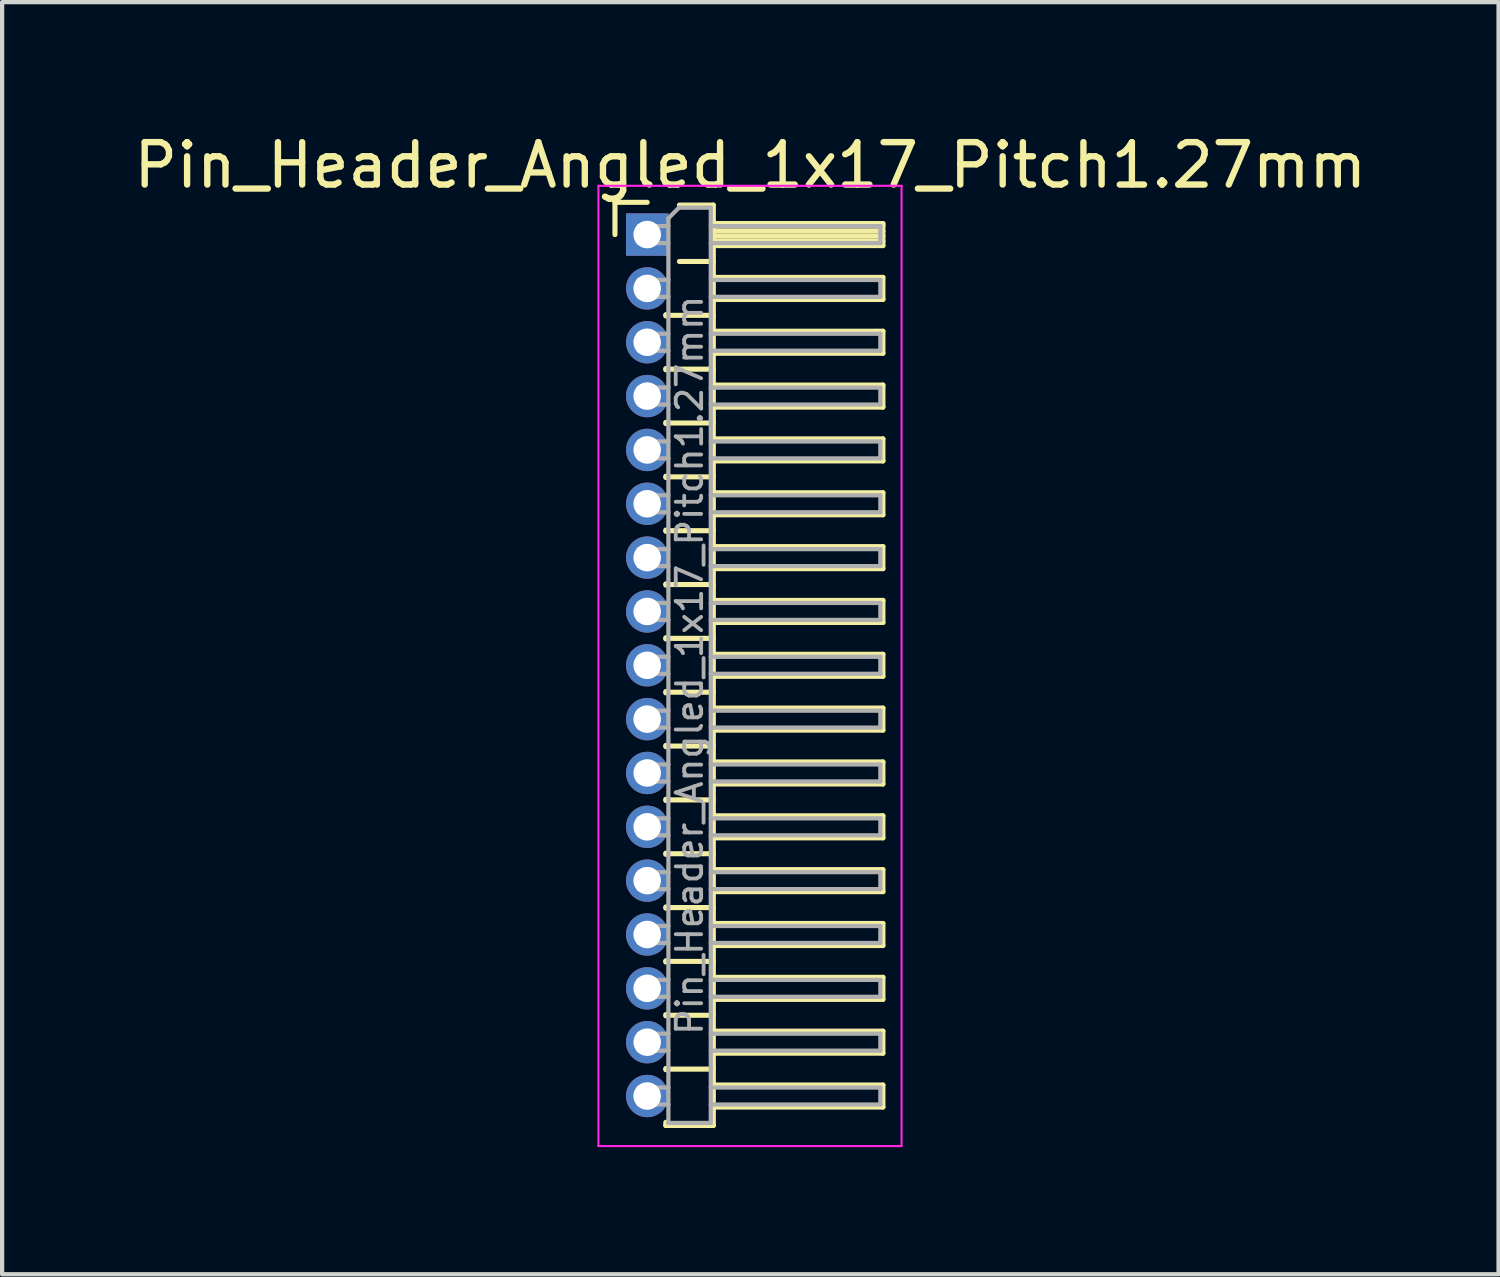
<source format=kicad_pcb>
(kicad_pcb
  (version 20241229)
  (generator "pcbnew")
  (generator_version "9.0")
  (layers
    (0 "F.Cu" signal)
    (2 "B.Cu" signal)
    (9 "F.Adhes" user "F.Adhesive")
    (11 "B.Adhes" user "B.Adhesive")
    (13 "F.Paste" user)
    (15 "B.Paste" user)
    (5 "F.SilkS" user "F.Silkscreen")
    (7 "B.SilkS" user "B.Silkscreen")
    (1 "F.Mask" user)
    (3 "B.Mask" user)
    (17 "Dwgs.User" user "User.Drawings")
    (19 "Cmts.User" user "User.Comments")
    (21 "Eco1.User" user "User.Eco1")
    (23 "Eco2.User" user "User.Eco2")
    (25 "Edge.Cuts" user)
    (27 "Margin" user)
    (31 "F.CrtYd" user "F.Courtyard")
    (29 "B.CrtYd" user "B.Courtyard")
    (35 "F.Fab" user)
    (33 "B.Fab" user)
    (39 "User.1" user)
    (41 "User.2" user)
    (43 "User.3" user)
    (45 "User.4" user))
  (footprint "Pin_Header_Angled_1x17_Pitch1.27mm"
    (layer "F.Cu")
    (at 12.216 2.483)
    (property "Reference" "Pin_Header_Angled_1x17_Pitch1.27mm" (at 2.433 -1.635 0) (layer "F.SilkS") (effects (font (size 1 1) (thickness 0.15))))
    (attr through_hole)
    (fp_line (start -0.76 -0.76) (end 0 -0.76) (stroke (width 0.12) (type solid)) (layer "F.SilkS"))
    (fp_line (start -0.76 0) (end -0.76 -0.76) (stroke (width 0.12) (type solid)) (layer "F.SilkS"))
    (fp_line (start 0.44 1.89) (end 0.44 1.92) (stroke (width 0.12) (type solid)) (layer "F.SilkS"))
    (fp_line (start 0.44 1.905) (end 1.56 1.905) (stroke (width 0.12) (type solid)) (layer "F.SilkS"))
    (fp_line (start 0.44 3.16) (end 0.44 3.19) (stroke (width 0.12) (type solid)) (layer "F.SilkS"))
    (fp_line (start 0.44 3.175) (end 1.56 3.175) (stroke (width 0.12) (type solid)) (layer "F.SilkS"))
    (fp_line (start 0.44 4.43) (end 0.44 4.46) (stroke (width 0.12) (type solid)) (layer "F.SilkS"))
    (fp_line (start 0.44 4.445) (end 1.56 4.445) (stroke (width 0.12) (type solid)) (layer "F.SilkS"))
    (fp_line (start 0.44 5.7) (end 0.44 5.73) (stroke (width 0.12) (type solid)) (layer "F.SilkS"))
    (fp_line (start 0.44 5.715) (end 1.56 5.715) (stroke (width 0.12) (type solid)) (layer "F.SilkS"))
    (fp_line (start 0.44 6.97) (end 0.44 7) (stroke (width 0.12) (type solid)) (layer "F.SilkS"))
    (fp_line (start 0.44 6.985) (end 1.56 6.985) (stroke (width 0.12) (type solid)) (layer "F.SilkS"))
    (fp_line (start 0.44 8.24) (end 0.44 8.27) (stroke (width 0.12) (type solid)) (layer "F.SilkS"))
    (fp_line (start 0.44 8.255) (end 1.56 8.255) (stroke (width 0.12) (type solid)) (layer "F.SilkS"))
    (fp_line (start 0.44 9.51) (end 0.44 9.54) (stroke (width 0.12) (type solid)) (layer "F.SilkS"))
    (fp_line (start 0.44 9.525) (end 1.56 9.525) (stroke (width 0.12) (type solid)) (layer "F.SilkS"))
    (fp_line (start 0.44 10.78) (end 0.44 10.81) (stroke (width 0.12) (type solid)) (layer "F.SilkS"))
    (fp_line (start 0.44 10.795) (end 1.56 10.795) (stroke (width 0.12) (type solid)) (layer "F.SilkS"))
    (fp_line (start 0.44 12.05) (end 0.44 12.08) (stroke (width 0.12) (type solid)) (layer "F.SilkS"))
    (fp_line (start 0.44 12.065) (end 1.56 12.065) (stroke (width 0.12) (type solid)) (layer "F.SilkS"))
    (fp_line (start 0.44 13.32) (end 0.44 13.35) (stroke (width 0.12) (type solid)) (layer "F.SilkS"))
    (fp_line (start 0.44 13.335) (end 1.56 13.335) (stroke (width 0.12) (type solid)) (layer "F.SilkS"))
    (fp_line (start 0.44 14.59) (end 0.44 14.62) (stroke (width 0.12) (type solid)) (layer "F.SilkS"))
    (fp_line (start 0.44 14.605) (end 1.56 14.605) (stroke (width 0.12) (type solid)) (layer "F.SilkS"))
    (fp_line (start 0.44 15.86) (end 0.44 15.89) (stroke (width 0.12) (type solid)) (layer "F.SilkS"))
    (fp_line (start 0.44 15.875) (end 1.56 15.875) (stroke (width 0.12) (type solid)) (layer "F.SilkS"))
    (fp_line (start 0.44 17.13) (end 0.44 17.16) (stroke (width 0.12) (type solid)) (layer "F.SilkS"))
    (fp_line (start 0.44 17.145) (end 1.56 17.145) (stroke (width 0.12) (type solid)) (layer "F.SilkS"))
    (fp_line (start 0.44 18.4) (end 0.44 18.43) (stroke (width 0.12) (type solid)) (layer "F.SilkS"))
    (fp_line (start 0.44 18.415) (end 1.56 18.415) (stroke (width 0.12) (type solid)) (layer "F.SilkS"))
    (fp_line (start 0.44 19.67) (end 0.44 19.7) (stroke (width 0.12) (type solid)) (layer "F.SilkS"))
    (fp_line (start 0.44 19.685) (end 1.56 19.685) (stroke (width 0.12) (type solid)) (layer "F.SilkS"))
    (fp_line (start 0.44 21.015) (end 0.44 20.94) (stroke (width 0.12) (type solid)) (layer "F.SilkS"))
    (fp_line (start 0.76 -0.695) (end 1.56 -0.695) (stroke (width 0.12) (type solid)) (layer "F.SilkS"))
    (fp_line (start 0.76 0.635) (end 1.56 0.635) (stroke (width 0.12) (type solid)) (layer "F.SilkS"))
    (fp_line (start 1.56 -0.695) (end 1.56 21.015) (stroke (width 0.12) (type solid)) (layer "F.SilkS"))
    (fp_line (start 1.56 -0.26) (end 5.56 -0.26) (stroke (width 0.12) (type solid)) (layer "F.SilkS"))
    (fp_line (start 1.56 -0.2) (end 5.56 -0.2) (stroke (width 0.12) (type solid)) (layer "F.SilkS"))
    (fp_line (start 1.56 -0.08) (end 5.56 -0.08) (stroke (width 0.12) (type solid)) (layer "F.SilkS"))
    (fp_line (start 1.56 0.04) (end 5.56 0.04) (stroke (width 0.12) (type solid)) (layer "F.SilkS"))
    (fp_line (start 1.56 0.16) (end 5.56 0.16) (stroke (width 0.12) (type solid)) (layer "F.SilkS"))
    (fp_line (start 1.56 1.01) (end 5.56 1.01) (stroke (width 0.12) (type solid)) (layer "F.SilkS"))
    (fp_line (start 1.56 2.28) (end 5.56 2.28) (stroke (width 0.12) (type solid)) (layer "F.SilkS"))
    (fp_line (start 1.56 3.55) (end 5.56 3.55) (stroke (width 0.12) (type solid)) (layer "F.SilkS"))
    (fp_line (start 1.56 4.82) (end 5.56 4.82) (stroke (width 0.12) (type solid)) (layer "F.SilkS"))
    (fp_line (start 1.56 6.09) (end 5.56 6.09) (stroke (width 0.12) (type solid)) (layer "F.SilkS"))
    (fp_line (start 1.56 7.36) (end 5.56 7.36) (stroke (width 0.12) (type solid)) (layer "F.SilkS"))
    (fp_line (start 1.56 8.63) (end 5.56 8.63) (stroke (width 0.12) (type solid)) (layer "F.SilkS"))
    (fp_line (start 1.56 9.9) (end 5.56 9.9) (stroke (width 0.12) (type solid)) (layer "F.SilkS"))
    (fp_line (start 1.56 11.17) (end 5.56 11.17) (stroke (width 0.12) (type solid)) (layer "F.SilkS"))
    (fp_line (start 1.56 12.44) (end 5.56 12.44) (stroke (width 0.12) (type solid)) (layer "F.SilkS"))
    (fp_line (start 1.56 13.71) (end 5.56 13.71) (stroke (width 0.12) (type solid)) (layer "F.SilkS"))
    (fp_line (start 1.56 14.98) (end 5.56 14.98) (stroke (width 0.12) (type solid)) (layer "F.SilkS"))
    (fp_line (start 1.56 16.25) (end 5.56 16.25) (stroke (width 0.12) (type solid)) (layer "F.SilkS"))
    (fp_line (start 1.56 17.52) (end 5.56 17.52) (stroke (width 0.12) (type solid)) (layer "F.SilkS"))
    (fp_line (start 1.56 18.79) (end 5.56 18.79) (stroke (width 0.12) (type solid)) (layer "F.SilkS"))
    (fp_line (start 1.56 20.06) (end 5.56 20.06) (stroke (width 0.12) (type solid)) (layer "F.SilkS"))
    (fp_line (start 1.56 21.015) (end 0.44 21.015) (stroke (width 0.12) (type solid)) (layer "F.SilkS"))
    (fp_line (start 5.56 -0.26) (end 5.56 0.26) (stroke (width 0.12) (type solid)) (layer "F.SilkS"))
    (fp_line (start 5.56 0.26) (end 1.56 0.26) (stroke (width 0.12) (type solid)) (layer "F.SilkS"))
    (fp_line (start 5.56 1.01) (end 5.56 1.53) (stroke (width 0.12) (type solid)) (layer "F.SilkS"))
    (fp_line (start 5.56 1.53) (end 1.56 1.53) (stroke (width 0.12) (type solid)) (layer "F.SilkS"))
    (fp_line (start 5.56 2.28) (end 5.56 2.8) (stroke (width 0.12) (type solid)) (layer "F.SilkS"))
    (fp_line (start 5.56 2.8) (end 1.56 2.8) (stroke (width 0.12) (type solid)) (layer "F.SilkS"))
    (fp_line (start 5.56 3.55) (end 5.56 4.07) (stroke (width 0.12) (type solid)) (layer "F.SilkS"))
    (fp_line (start 5.56 4.07) (end 1.56 4.07) (stroke (width 0.12) (type solid)) (layer "F.SilkS"))
    (fp_line (start 5.56 4.82) (end 5.56 5.34) (stroke (width 0.12) (type solid)) (layer "F.SilkS"))
    (fp_line (start 5.56 5.34) (end 1.56 5.34) (stroke (width 0.12) (type solid)) (layer "F.SilkS"))
    (fp_line (start 5.56 6.09) (end 5.56 6.61) (stroke (width 0.12) (type solid)) (layer "F.SilkS"))
    (fp_line (start 5.56 6.61) (end 1.56 6.61) (stroke (width 0.12) (type solid)) (layer "F.SilkS"))
    (fp_line (start 5.56 7.36) (end 5.56 7.88) (stroke (width 0.12) (type solid)) (layer "F.SilkS"))
    (fp_line (start 5.56 7.88) (end 1.56 7.88) (stroke (width 0.12) (type solid)) (layer "F.SilkS"))
    (fp_line (start 5.56 8.63) (end 5.56 9.15) (stroke (width 0.12) (type solid)) (layer "F.SilkS"))
    (fp_line (start 5.56 9.15) (end 1.56 9.15) (stroke (width 0.12) (type solid)) (layer "F.SilkS"))
    (fp_line (start 5.56 9.9) (end 5.56 10.42) (stroke (width 0.12) (type solid)) (layer "F.SilkS"))
    (fp_line (start 5.56 10.42) (end 1.56 10.42) (stroke (width 0.12) (type solid)) (layer "F.SilkS"))
    (fp_line (start 5.56 11.17) (end 5.56 11.69) (stroke (width 0.12) (type solid)) (layer "F.SilkS"))
    (fp_line (start 5.56 11.69) (end 1.56 11.69) (stroke (width 0.12) (type solid)) (layer "F.SilkS"))
    (fp_line (start 5.56 12.44) (end 5.56 12.96) (stroke (width 0.12) (type solid)) (layer "F.SilkS"))
    (fp_line (start 5.56 12.96) (end 1.56 12.96) (stroke (width 0.12) (type solid)) (layer "F.SilkS"))
    (fp_line (start 5.56 13.71) (end 5.56 14.23) (stroke (width 0.12) (type solid)) (layer "F.SilkS"))
    (fp_line (start 5.56 14.23) (end 1.56 14.23) (stroke (width 0.12) (type solid)) (layer "F.SilkS"))
    (fp_line (start 5.56 14.98) (end 5.56 15.5) (stroke (width 0.12) (type solid)) (layer "F.SilkS"))
    (fp_line (start 5.56 15.5) (end 1.56 15.5) (stroke (width 0.12) (type solid)) (layer "F.SilkS"))
    (fp_line (start 5.56 16.25) (end 5.56 16.77) (stroke (width 0.12) (type solid)) (layer "F.SilkS"))
    (fp_line (start 5.56 16.77) (end 1.56 16.77) (stroke (width 0.12) (type solid)) (layer "F.SilkS"))
    (fp_line (start 5.56 17.52) (end 5.56 18.04) (stroke (width 0.12) (type solid)) (layer "F.SilkS"))
    (fp_line (start 5.56 18.04) (end 1.56 18.04) (stroke (width 0.12) (type solid)) (layer "F.SilkS"))
    (fp_line (start 5.56 18.79) (end 5.56 19.31) (stroke (width 0.12) (type solid)) (layer "F.SilkS"))
    (fp_line (start 5.56 19.31) (end 1.56 19.31) (stroke (width 0.12) (type solid)) (layer "F.SilkS"))
    (fp_line (start 5.56 20.06) (end 5.56 20.58) (stroke (width 0.12) (type solid)) (layer "F.SilkS"))
    (fp_line (start 5.56 20.58) (end 1.56 20.58) (stroke (width 0.12) (type solid)) (layer "F.SilkS"))
    (fp_line (start -1.15 -1.15) (end -1.15 21.5) (stroke (width 0.05) (type solid)) (layer "F.CrtYd"))
    (fp_line (start -1.15 21.5) (end 6 21.5) (stroke (width 0.05) (type solid)) (layer "F.CrtYd"))
    (fp_line (start 6 -1.15) (end -1.15 -1.15) (stroke (width 0.05) (type solid)) (layer "F.CrtYd"))
    (fp_line (start 6 21.5) (end 6 -1.15) (stroke (width 0.05) (type solid)) (layer "F.CrtYd"))
    (fp_line (start -0.2 -0.2) (end -0.2 0.2) (stroke (width 0.1) (type solid)) (layer "F.Fab"))
    (fp_line (start -0.2 -0.2) (end 0.5 -0.2) (stroke (width 0.1) (type solid)) (layer "F.Fab"))
    (fp_line (start -0.2 0.2) (end 0.5 0.2) (stroke (width 0.1) (type solid)) (layer "F.Fab"))
    (fp_line (start -0.2 1.07) (end -0.2 1.47) (stroke (width 0.1) (type solid)) (layer "F.Fab"))
    (fp_line (start -0.2 1.07) (end 0.5 1.07) (stroke (width 0.1) (type solid)) (layer "F.Fab"))
    (fp_line (start -0.2 1.47) (end 0.5 1.47) (stroke (width 0.1) (type solid)) (layer "F.Fab"))
    (fp_line (start -0.2 2.34) (end -0.2 2.74) (stroke (width 0.1) (type solid)) (layer "F.Fab"))
    (fp_line (start -0.2 2.34) (end 0.5 2.34) (stroke (width 0.1) (type solid)) (layer "F.Fab"))
    (fp_line (start -0.2 2.74) (end 0.5 2.74) (stroke (width 0.1) (type solid)) (layer "F.Fab"))
    (fp_line (start -0.2 3.61) (end -0.2 4.01) (stroke (width 0.1) (type solid)) (layer "F.Fab"))
    (fp_line (start -0.2 3.61) (end 0.5 3.61) (stroke (width 0.1) (type solid)) (layer "F.Fab"))
    (fp_line (start -0.2 4.01) (end 0.5 4.01) (stroke (width 0.1) (type solid)) (layer "F.Fab"))
    (fp_line (start -0.2 4.88) (end -0.2 5.28) (stroke (width 0.1) (type solid)) (layer "F.Fab"))
    (fp_line (start -0.2 4.88) (end 0.5 4.88) (stroke (width 0.1) (type solid)) (layer "F.Fab"))
    (fp_line (start -0.2 5.28) (end 0.5 5.28) (stroke (width 0.1) (type solid)) (layer "F.Fab"))
    (fp_line (start -0.2 6.15) (end -0.2 6.55) (stroke (width 0.1) (type solid)) (layer "F.Fab"))
    (fp_line (start -0.2 6.15) (end 0.5 6.15) (stroke (width 0.1) (type solid)) (layer "F.Fab"))
    (fp_line (start -0.2 6.55) (end 0.5 6.55) (stroke (width 0.1) (type solid)) (layer "F.Fab"))
    (fp_line (start -0.2 7.42) (end -0.2 7.82) (stroke (width 0.1) (type solid)) (layer "F.Fab"))
    (fp_line (start -0.2 7.42) (end 0.5 7.42) (stroke (width 0.1) (type solid)) (layer "F.Fab"))
    (fp_line (start -0.2 7.82) (end 0.5 7.82) (stroke (width 0.1) (type solid)) (layer "F.Fab"))
    (fp_line (start -0.2 8.69) (end -0.2 9.09) (stroke (width 0.1) (type solid)) (layer "F.Fab"))
    (fp_line (start -0.2 8.69) (end 0.5 8.69) (stroke (width 0.1) (type solid)) (layer "F.Fab"))
    (fp_line (start -0.2 9.09) (end 0.5 9.09) (stroke (width 0.1) (type solid)) (layer "F.Fab"))
    (fp_line (start -0.2 9.96) (end -0.2 10.36) (stroke (width 0.1) (type solid)) (layer "F.Fab"))
    (fp_line (start -0.2 9.96) (end 0.5 9.96) (stroke (width 0.1) (type solid)) (layer "F.Fab"))
    (fp_line (start -0.2 10.36) (end 0.5 10.36) (stroke (width 0.1) (type solid)) (layer "F.Fab"))
    (fp_line (start -0.2 11.23) (end -0.2 11.63) (stroke (width 0.1) (type solid)) (layer "F.Fab"))
    (fp_line (start -0.2 11.23) (end 0.5 11.23) (stroke (width 0.1) (type solid)) (layer "F.Fab"))
    (fp_line (start -0.2 11.63) (end 0.5 11.63) (stroke (width 0.1) (type solid)) (layer "F.Fab"))
    (fp_line (start -0.2 12.5) (end -0.2 12.9) (stroke (width 0.1) (type solid)) (layer "F.Fab"))
    (fp_line (start -0.2 12.5) (end 0.5 12.5) (stroke (width 0.1) (type solid)) (layer "F.Fab"))
    (fp_line (start -0.2 12.9) (end 0.5 12.9) (stroke (width 0.1) (type solid)) (layer "F.Fab"))
    (fp_line (start -0.2 13.77) (end -0.2 14.17) (stroke (width 0.1) (type solid)) (layer "F.Fab"))
    (fp_line (start -0.2 13.77) (end 0.5 13.77) (stroke (width 0.1) (type solid)) (layer "F.Fab"))
    (fp_line (start -0.2 14.17) (end 0.5 14.17) (stroke (width 0.1) (type solid)) (layer "F.Fab"))
    (fp_line (start -0.2 15.04) (end -0.2 15.44) (stroke (width 0.1) (type solid)) (layer "F.Fab"))
    (fp_line (start -0.2 15.04) (end 0.5 15.04) (stroke (width 0.1) (type solid)) (layer "F.Fab"))
    (fp_line (start -0.2 15.44) (end 0.5 15.44) (stroke (width 0.1) (type solid)) (layer "F.Fab"))
    (fp_line (start -0.2 16.31) (end -0.2 16.71) (stroke (width 0.1) (type solid)) (layer "F.Fab"))
    (fp_line (start -0.2 16.31) (end 0.5 16.31) (stroke (width 0.1) (type solid)) (layer "F.Fab"))
    (fp_line (start -0.2 16.71) (end 0.5 16.71) (stroke (width 0.1) (type solid)) (layer "F.Fab"))
    (fp_line (start -0.2 17.58) (end -0.2 17.98) (stroke (width 0.1) (type solid)) (layer "F.Fab"))
    (fp_line (start -0.2 17.58) (end 0.5 17.58) (stroke (width 0.1) (type solid)) (layer "F.Fab"))
    (fp_line (start -0.2 17.98) (end 0.5 17.98) (stroke (width 0.1) (type solid)) (layer "F.Fab"))
    (fp_line (start -0.2 18.85) (end -0.2 19.25) (stroke (width 0.1) (type solid)) (layer "F.Fab"))
    (fp_line (start -0.2 18.85) (end 0.5 18.85) (stroke (width 0.1) (type solid)) (layer "F.Fab"))
    (fp_line (start -0.2 19.25) (end 0.5 19.25) (stroke (width 0.1) (type solid)) (layer "F.Fab"))
    (fp_line (start -0.2 20.12) (end -0.2 20.52) (stroke (width 0.1) (type solid)) (layer "F.Fab"))
    (fp_line (start -0.2 20.12) (end 0.5 20.12) (stroke (width 0.1) (type solid)) (layer "F.Fab"))
    (fp_line (start -0.2 20.52) (end 0.5 20.52) (stroke (width 0.1) (type solid)) (layer "F.Fab"))
    (fp_line (start 0.5 -0.385) (end 0.75 -0.635) (stroke (width 0.1) (type solid)) (layer "F.Fab"))
    (fp_line (start 0.5 20.955) (end 0.5 -0.385) (stroke (width 0.1) (type solid)) (layer "F.Fab"))
    (fp_line (start 0.75 -0.635) (end 1.5 -0.635) (stroke (width 0.1) (type solid)) (layer "F.Fab"))
    (fp_line (start 1.5 -0.635) (end 1.5 20.955) (stroke (width 0.1) (type solid)) (layer "F.Fab"))
    (fp_line (start 1.5 -0.2) (end 5.5 -0.2) (stroke (width 0.1) (type solid)) (layer "F.Fab"))
    (fp_line (start 1.5 0.2) (end 5.5 0.2) (stroke (width 0.1) (type solid)) (layer "F.Fab"))
    (fp_line (start 1.5 1.07) (end 5.5 1.07) (stroke (width 0.1) (type solid)) (layer "F.Fab"))
    (fp_line (start 1.5 1.47) (end 5.5 1.47) (stroke (width 0.1) (type solid)) (layer "F.Fab"))
    (fp_line (start 1.5 2.34) (end 5.5 2.34) (stroke (width 0.1) (type solid)) (layer "F.Fab"))
    (fp_line (start 1.5 2.74) (end 5.5 2.74) (stroke (width 0.1) (type solid)) (layer "F.Fab"))
    (fp_line (start 1.5 3.61) (end 5.5 3.61) (stroke (width 0.1) (type solid)) (layer "F.Fab"))
    (fp_line (start 1.5 4.01) (end 5.5 4.01) (stroke (width 0.1) (type solid)) (layer "F.Fab"))
    (fp_line (start 1.5 4.88) (end 5.5 4.88) (stroke (width 0.1) (type solid)) (layer "F.Fab"))
    (fp_line (start 1.5 5.28) (end 5.5 5.28) (stroke (width 0.1) (type solid)) (layer "F.Fab"))
    (fp_line (start 1.5 6.15) (end 5.5 6.15) (stroke (width 0.1) (type solid)) (layer "F.Fab"))
    (fp_line (start 1.5 6.55) (end 5.5 6.55) (stroke (width 0.1) (type solid)) (layer "F.Fab"))
    (fp_line (start 1.5 7.42) (end 5.5 7.42) (stroke (width 0.1) (type solid)) (layer "F.Fab"))
    (fp_line (start 1.5 7.82) (end 5.5 7.82) (stroke (width 0.1) (type solid)) (layer "F.Fab"))
    (fp_line (start 1.5 8.69) (end 5.5 8.69) (stroke (width 0.1) (type solid)) (layer "F.Fab"))
    (fp_line (start 1.5 9.09) (end 5.5 9.09) (stroke (width 0.1) (type solid)) (layer "F.Fab"))
    (fp_line (start 1.5 9.96) (end 5.5 9.96) (stroke (width 0.1) (type solid)) (layer "F.Fab"))
    (fp_line (start 1.5 10.36) (end 5.5 10.36) (stroke (width 0.1) (type solid)) (layer "F.Fab"))
    (fp_line (start 1.5 11.23) (end 5.5 11.23) (stroke (width 0.1) (type solid)) (layer "F.Fab"))
    (fp_line (start 1.5 11.63) (end 5.5 11.63) (stroke (width 0.1) (type solid)) (layer "F.Fab"))
    (fp_line (start 1.5 12.5) (end 5.5 12.5) (stroke (width 0.1) (type solid)) (layer "F.Fab"))
    (fp_line (start 1.5 12.9) (end 5.5 12.9) (stroke (width 0.1) (type solid)) (layer "F.Fab"))
    (fp_line (start 1.5 13.77) (end 5.5 13.77) (stroke (width 0.1) (type solid)) (layer "F.Fab"))
    (fp_line (start 1.5 14.17) (end 5.5 14.17) (stroke (width 0.1) (type solid)) (layer "F.Fab"))
    (fp_line (start 1.5 15.04) (end 5.5 15.04) (stroke (width 0.1) (type solid)) (layer "F.Fab"))
    (fp_line (start 1.5 15.44) (end 5.5 15.44) (stroke (width 0.1) (type solid)) (layer "F.Fab"))
    (fp_line (start 1.5 16.31) (end 5.5 16.31) (stroke (width 0.1) (type solid)) (layer "F.Fab"))
    (fp_line (start 1.5 16.71) (end 5.5 16.71) (stroke (width 0.1) (type solid)) (layer "F.Fab"))
    (fp_line (start 1.5 17.58) (end 5.5 17.58) (stroke (width 0.1) (type solid)) (layer "F.Fab"))
    (fp_line (start 1.5 17.98) (end 5.5 17.98) (stroke (width 0.1) (type solid)) (layer "F.Fab"))
    (fp_line (start 1.5 18.85) (end 5.5 18.85) (stroke (width 0.1) (type solid)) (layer "F.Fab"))
    (fp_line (start 1.5 19.25) (end 5.5 19.25) (stroke (width 0.1) (type solid)) (layer "F.Fab"))
    (fp_line (start 1.5 20.12) (end 5.5 20.12) (stroke (width 0.1) (type solid)) (layer "F.Fab"))
    (fp_line (start 1.5 20.52) (end 5.5 20.52) (stroke (width 0.1) (type solid)) (layer "F.Fab"))
    (fp_line (start 1.5 20.955) (end 0.5 20.955) (stroke (width 0.1) (type solid)) (layer "F.Fab"))
    (fp_line (start 5.5 -0.2) (end 5.5 0.2) (stroke (width 0.1) (type solid)) (layer "F.Fab"))
    (fp_line (start 5.5 1.07) (end 5.5 1.47) (stroke (width 0.1) (type solid)) (layer "F.Fab"))
    (fp_line (start 5.5 2.34) (end 5.5 2.74) (stroke (width 0.1) (type solid)) (layer "F.Fab"))
    (fp_line (start 5.5 3.61) (end 5.5 4.01) (stroke (width 0.1) (type solid)) (layer "F.Fab"))
    (fp_line (start 5.5 4.88) (end 5.5 5.28) (stroke (width 0.1) (type solid)) (layer "F.Fab"))
    (fp_line (start 5.5 6.15) (end 5.5 6.55) (stroke (width 0.1) (type solid)) (layer "F.Fab"))
    (fp_line (start 5.5 7.42) (end 5.5 7.82) (stroke (width 0.1) (type solid)) (layer "F.Fab"))
    (fp_line (start 5.5 8.69) (end 5.5 9.09) (stroke (width 0.1) (type solid)) (layer "F.Fab"))
    (fp_line (start 5.5 9.96) (end 5.5 10.36) (stroke (width 0.1) (type solid)) (layer "F.Fab"))
    (fp_line (start 5.5 11.23) (end 5.5 11.63) (stroke (width 0.1) (type solid)) (layer "F.Fab"))
    (fp_line (start 5.5 12.5) (end 5.5 12.9) (stroke (width 0.1) (type solid)) (layer "F.Fab"))
    (fp_line (start 5.5 13.77) (end 5.5 14.17) (stroke (width 0.1) (type solid)) (layer "F.Fab"))
    (fp_line (start 5.5 15.04) (end 5.5 15.44) (stroke (width 0.1) (type solid)) (layer "F.Fab"))
    (fp_line (start 5.5 16.31) (end 5.5 16.71) (stroke (width 0.1) (type solid)) (layer "F.Fab"))
    (fp_line (start 5.5 17.58) (end 5.5 17.98) (stroke (width 0.1) (type solid)) (layer "F.Fab"))
    (fp_line (start 5.5 18.85) (end 5.5 19.25) (stroke (width 0.1) (type solid)) (layer "F.Fab"))
    (fp_line (start 5.5 20.12) (end 5.5 20.52) (stroke (width 0.1) (type solid)) (layer "F.Fab"))
    (fp_text user "${REFERENCE}" (at 1 10.16 90) (layer "F.Fab") (effects (font (size 0.6 0.6) (thickness 0.09))))
    (pad "1" thru_hole rect (at 0 0) (size 1 1) (drill 0.65) (layers "*.Cu" "*.Mask"))
    (pad "2" thru_hole oval (at 0 1.27) (size 1 1) (drill 0.65) (layers "*.Cu" "*.Mask"))
    (pad "3" thru_hole oval (at 0 2.54) (size 1 1) (drill 0.65) (layers "*.Cu" "*.Mask"))
    (pad "4" thru_hole oval (at 0 3.81) (size 1 1) (drill 0.65) (layers "*.Cu" "*.Mask"))
    (pad "5" thru_hole oval (at 0 5.08) (size 1 1) (drill 0.65) (layers "*.Cu" "*.Mask"))
    (pad "6" thru_hole oval (at 0 6.35) (size 1 1) (drill 0.65) (layers "*.Cu" "*.Mask"))
    (pad "7" thru_hole oval (at 0 7.62) (size 1 1) (drill 0.65) (layers "*.Cu" "*.Mask"))
    (pad "8" thru_hole oval (at 0 8.89) (size 1 1) (drill 0.65) (layers "*.Cu" "*.Mask"))
    (pad "9" thru_hole oval (at 0 10.16) (size 1 1) (drill 0.65) (layers "*.Cu" "*.Mask"))
    (pad "10" thru_hole oval (at 0 11.43) (size 1 1) (drill 0.65) (layers "*.Cu" "*.Mask"))
    (pad "11" thru_hole oval (at 0 12.7) (size 1 1) (drill 0.65) (layers "*.Cu" "*.Mask"))
    (pad "12" thru_hole oval (at 0 13.97) (size 1 1) (drill 0.65) (layers "*.Cu" "*.Mask"))
    (pad "13" thru_hole oval (at 0 15.24) (size 1 1) (drill 0.65) (layers "*.Cu" "*.Mask"))
    (pad "14" thru_hole oval (at 0 16.51) (size 1 1) (drill 0.65) (layers "*.Cu" "*.Mask"))
    (pad "15" thru_hole oval (at 0 17.78) (size 1 1) (drill 0.65) (layers "*.Cu" "*.Mask"))
    (pad "16" thru_hole oval (at 0 19.05) (size 1 1) (drill 0.65) (layers "*.Cu" "*.Mask"))
    (pad "17" thru_hole oval (at 0 20.32) (size 1 1) (drill 0.65) (layers "*.Cu" "*.Mask")))
  (gr_rect
    (start -3 -3)
    (end 32.298 27.008)
    (stroke (width 0.1) (type default))
    (fill no)
    (layer "Edge.Cuts")))
</source>
